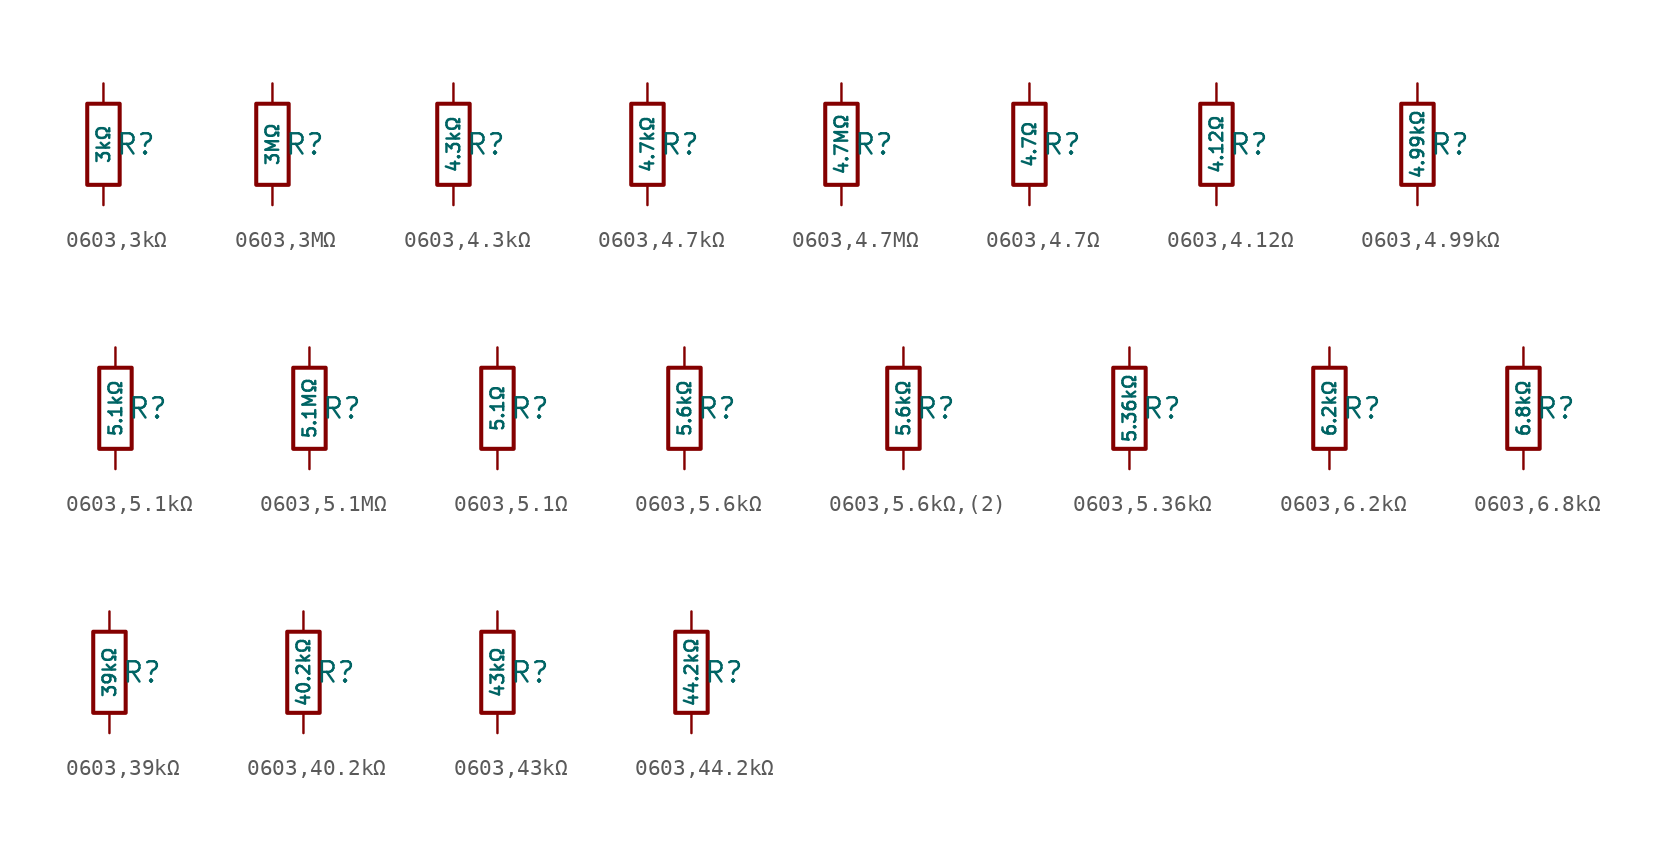
<source format=kicad_sym>
(kicad_symbol_lib
  (version 20231120)
  (generator "CDFER")
  (generator_version "8.0")
  (symbol "0603,3kΩ"
    (pin_numbers hide)
    (pin_names
      (offset 0))
    (property "Reference" "R"
      (at 2.032 0 0)
      (effects (font (size 1.27 1.27)) (hide no)))
    (property "Value" "3kΩ"
      (at 0 0 90)
      (do_not_autoplace)
      (effects (font (size 0.8 0.8)) (hide no)))
    (symbol "0603,3kΩ_0_1"
      (rectangle (start -1.016 2.54) (end 1.016 -2.54) (stroke (width 0.254) (type default)) (fill (type none))))
    (symbol "0603,3kΩ_1_1"
      (pin passive line (at 0 3.81 270) (length 1.27) (name "~" (effects (font (size 1.27 1.27)))) (number "1" (effects (font (size 1.27 1.27)))))
      (pin passive line (at 0 -3.81 90) (length 1.27) (name "~" (effects (font (size 1.27 1.27)))) (number "2" (effects (font (size 1.27 1.27)))))))
  (symbol "0603,3MΩ"
    (pin_numbers hide)
    (pin_names
      (offset 0))
    (property "Reference" "R"
      (at 2.032 0 0)
      (effects (font (size 1.27 1.27)) (hide no)))
    (property "Value" "3MΩ"
      (at 0 0 90)
      (do_not_autoplace)
      (effects (font (size 0.8 0.8)) (hide no)))
    (symbol "0603,3MΩ_0_1"
      (rectangle (start -1.016 2.54) (end 1.016 -2.54) (stroke (width 0.254) (type default)) (fill (type none))))
    (symbol "0603,3MΩ_1_1"
      (pin passive line (at 0 3.81 270) (length 1.27) (name "~" (effects (font (size 1.27 1.27)))) (number "1" (effects (font (size 1.27 1.27)))))
      (pin passive line (at 0 -3.81 90) (length 1.27) (name "~" (effects (font (size 1.27 1.27)))) (number "2" (effects (font (size 1.27 1.27)))))))
  (symbol "0603,4.3kΩ"
    (pin_numbers hide)
    (pin_names
      (offset 0))
    (property "Reference" "R"
      (at 2.032 0 0)
      (effects (font (size 1.27 1.27)) (hide no)))
    (property "Value" "4.3kΩ"
      (at 0 0 90)
      (do_not_autoplace)
      (effects (font (size 0.8 0.8)) (hide no)))
    (symbol "0603,4.3kΩ_0_1"
      (rectangle (start -1.016 2.54) (end 1.016 -2.54) (stroke (width 0.254) (type default)) (fill (type none))))
    (symbol "0603,4.3kΩ_1_1"
      (pin passive line (at 0 3.81 270) (length 1.27) (name "~" (effects (font (size 1.27 1.27)))) (number "1" (effects (font (size 1.27 1.27)))))
      (pin passive line (at 0 -3.81 90) (length 1.27) (name "~" (effects (font (size 1.27 1.27)))) (number "2" (effects (font (size 1.27 1.27)))))))
  (symbol "0603,4.7kΩ"
    (pin_numbers hide)
    (pin_names
      (offset 0))
    (property "Reference" "R"
      (at 2.032 0 0)
      (effects (font (size 1.27 1.27)) (hide no)))
    (property "Value" "4.7kΩ"
      (at 0 0 90)
      (do_not_autoplace)
      (effects (font (size 0.8 0.8)) (hide no)))
    (symbol "0603,4.7kΩ_0_1"
      (rectangle (start -1.016 2.54) (end 1.016 -2.54) (stroke (width 0.254) (type default)) (fill (type none))))
    (symbol "0603,4.7kΩ_1_1"
      (pin passive line (at 0 3.81 270) (length 1.27) (name "~" (effects (font (size 1.27 1.27)))) (number "1" (effects (font (size 1.27 1.27)))))
      (pin passive line (at 0 -3.81 90) (length 1.27) (name "~" (effects (font (size 1.27 1.27)))) (number "2" (effects (font (size 1.27 1.27)))))))
  (symbol "0603,4.7MΩ"
    (pin_numbers hide)
    (pin_names
      (offset 0))
    (property "Reference" "R"
      (at 2.032 0 0)
      (effects (font (size 1.27 1.27)) (hide no)))
    (property "Value" "4.7MΩ"
      (at 0 0 90)
      (do_not_autoplace)
      (effects (font (size 0.8 0.8)) (hide no)))
    (symbol "0603,4.7MΩ_0_1"
      (rectangle (start -1.016 2.54) (end 1.016 -2.54) (stroke (width 0.254) (type default)) (fill (type none))))
    (symbol "0603,4.7MΩ_1_1"
      (pin passive line (at 0 3.81 270) (length 1.27) (name "~" (effects (font (size 1.27 1.27)))) (number "1" (effects (font (size 1.27 1.27)))))
      (pin passive line (at 0 -3.81 90) (length 1.27) (name "~" (effects (font (size 1.27 1.27)))) (number "2" (effects (font (size 1.27 1.27)))))))
  (symbol "0603,4.7Ω"
    (pin_numbers hide)
    (pin_names
      (offset 0))
    (property "Reference" "R"
      (at 2.032 0 0)
      (effects (font (size 1.27 1.27)) (hide no)))
    (property "Value" "4.7Ω"
      (at 0 0 90)
      (do_not_autoplace)
      (effects (font (size 0.8 0.8)) (hide no)))
    (symbol "0603,4.7Ω_0_1"
      (rectangle (start -1.016 2.54) (end 1.016 -2.54) (stroke (width 0.254) (type default)) (fill (type none))))
    (symbol "0603,4.7Ω_1_1"
      (pin passive line (at 0 3.81 270) (length 1.27) (name "~" (effects (font (size 1.27 1.27)))) (number "1" (effects (font (size 1.27 1.27)))))
      (pin passive line (at 0 -3.81 90) (length 1.27) (name "~" (effects (font (size 1.27 1.27)))) (number "2" (effects (font (size 1.27 1.27)))))))
  (symbol "0603,4.12Ω"
    (pin_numbers hide)
    (pin_names
      (offset 0))
    (property "Reference" "R"
      (at 2.032 0 0)
      (effects (font (size 1.27 1.27)) (hide no)))
    (property "Value" "4.12Ω"
      (at 0 0 90)
      (do_not_autoplace)
      (effects (font (size 0.8 0.8)) (hide no)))
    (symbol "0603,4.12Ω_0_1"
      (rectangle (start -1.016 2.54) (end 1.016 -2.54) (stroke (width 0.254) (type default)) (fill (type none))))
    (symbol "0603,4.12Ω_1_1"
      (pin passive line (at 0 3.81 270) (length 1.27) (name "~" (effects (font (size 1.27 1.27)))) (number "1" (effects (font (size 1.27 1.27)))))
      (pin passive line (at 0 -3.81 90) (length 1.27) (name "~" (effects (font (size 1.27 1.27)))) (number "2" (effects (font (size 1.27 1.27)))))))
  (symbol "0603,4.99kΩ"
    (pin_numbers hide)
    (pin_names
      (offset 0))
    (property "Reference" "R"
      (at 2.032 0 0)
      (effects (font (size 1.27 1.27)) (hide no)))
    (property "Value" "4.99kΩ"
      (at 0 0 90)
      (do_not_autoplace)
      (effects (font (size 0.8 0.8)) (hide no)))
    (symbol "0603,4.99kΩ_0_1"
      (rectangle (start -1.016 2.54) (end 1.016 -2.54) (stroke (width 0.254) (type default)) (fill (type none))))
    (symbol "0603,4.99kΩ_1_1"
      (pin passive line (at 0 3.81 270) (length 1.27) (name "~" (effects (font (size 1.27 1.27)))) (number "1" (effects (font (size 1.27 1.27)))))
      (pin passive line (at 0 -3.81 90) (length 1.27) (name "~" (effects (font (size 1.27 1.27)))) (number "2" (effects (font (size 1.27 1.27)))))))
  (symbol "0603,5.1kΩ"
    (pin_numbers hide)
    (pin_names
      (offset 0))
    (property "Reference" "R"
      (at 2.032 0 0)
      (effects (font (size 1.27 1.27)) (hide no)))
    (property "Value" "5.1kΩ"
      (at 0 0 90)
      (do_not_autoplace)
      (effects (font (size 0.8 0.8)) (hide no)))
    (symbol "0603,5.1kΩ_0_1"
      (rectangle (start -1.016 2.54) (end 1.016 -2.54) (stroke (width 0.254) (type default)) (fill (type none))))
    (symbol "0603,5.1kΩ_1_1"
      (pin passive line (at 0 3.81 270) (length 1.27) (name "~" (effects (font (size 1.27 1.27)))) (number "1" (effects (font (size 1.27 1.27)))))
      (pin passive line (at 0 -3.81 90) (length 1.27) (name "~" (effects (font (size 1.27 1.27)))) (number "2" (effects (font (size 1.27 1.27)))))))
  (symbol "0603,5.1MΩ"
    (pin_numbers hide)
    (pin_names
      (offset 0))
    (property "Reference" "R"
      (at 2.032 0 0)
      (effects (font (size 1.27 1.27)) (hide no)))
    (property "Value" "5.1MΩ"
      (at 0 0 90)
      (do_not_autoplace)
      (effects (font (size 0.8 0.8)) (hide no)))
    (symbol "0603,5.1MΩ_0_1"
      (rectangle (start -1.016 2.54) (end 1.016 -2.54) (stroke (width 0.254) (type default)) (fill (type none))))
    (symbol "0603,5.1MΩ_1_1"
      (pin passive line (at 0 3.81 270) (length 1.27) (name "~" (effects (font (size 1.27 1.27)))) (number "1" (effects (font (size 1.27 1.27)))))
      (pin passive line (at 0 -3.81 90) (length 1.27) (name "~" (effects (font (size 1.27 1.27)))) (number "2" (effects (font (size 1.27 1.27)))))))
  (symbol "0603,5.1Ω"
    (pin_numbers hide)
    (pin_names
      (offset 0))
    (property "Reference" "R"
      (at 2.032 0 0)
      (effects (font (size 1.27 1.27)) (hide no)))
    (property "Value" "5.1Ω"
      (at 0 0 90)
      (do_not_autoplace)
      (effects (font (size 0.8 0.8)) (hide no)))
    (symbol "0603,5.1Ω_0_1"
      (rectangle (start -1.016 2.54) (end 1.016 -2.54) (stroke (width 0.254) (type default)) (fill (type none))))
    (symbol "0603,5.1Ω_1_1"
      (pin passive line (at 0 3.81 270) (length 1.27) (name "~" (effects (font (size 1.27 1.27)))) (number "1" (effects (font (size 1.27 1.27)))))
      (pin passive line (at 0 -3.81 90) (length 1.27) (name "~" (effects (font (size 1.27 1.27)))) (number "2" (effects (font (size 1.27 1.27)))))))
  (symbol "0603,5.6kΩ"
    (pin_numbers hide)
    (pin_names
      (offset 0))
    (property "Reference" "R"
      (at 2.032 0 0)
      (effects (font (size 1.27 1.27)) (hide no)))
    (property "Value" "5.6kΩ"
      (at 0 0 90)
      (do_not_autoplace)
      (effects (font (size 0.8 0.8)) (hide no)))
    (symbol "0603,5.6kΩ_0_1"
      (rectangle (start -1.016 2.54) (end 1.016 -2.54) (stroke (width 0.254) (type default)) (fill (type none))))
    (symbol "0603,5.6kΩ_1_1"
      (pin passive line (at 0 3.81 270) (length 1.27) (name "~" (effects (font (size 1.27 1.27)))) (number "1" (effects (font (size 1.27 1.27)))))
      (pin passive line (at 0 -3.81 90) (length 1.27) (name "~" (effects (font (size 1.27 1.27)))) (number "2" (effects (font (size 1.27 1.27)))))))
  (symbol "0603,5.6kΩ,(2)"
    (pin_numbers hide)
    (pin_names
      (offset 0))
    (property "Reference" "R"
      (at 2.032 0 0)
      (effects (font (size 1.27 1.27)) (hide no)))
    (property "Value" "5.6kΩ"
      (at 0 0 90)
      (do_not_autoplace)
      (effects (font (size 0.8 0.8)) (hide no)))
    (symbol "0603,5.6kΩ,(2)_0_1"
      (rectangle (start -1.016 2.54) (end 1.016 -2.54) (stroke (width 0.254) (type default)) (fill (type none))))
    (symbol "0603,5.6kΩ,(2)_1_1"
      (pin passive line (at 0 3.81 270) (length 1.27) (name "~" (effects (font (size 1.27 1.27)))) (number "1" (effects (font (size 1.27 1.27)))))
      (pin passive line (at 0 -3.81 90) (length 1.27) (name "~" (effects (font (size 1.27 1.27)))) (number "2" (effects (font (size 1.27 1.27)))))))
  (symbol "0603,5.36kΩ"
    (pin_numbers hide)
    (pin_names
      (offset 0))
    (property "Reference" "R"
      (at 2.032 0 0)
      (effects (font (size 1.27 1.27)) (hide no)))
    (property "Value" "5.36kΩ"
      (at 0 0 90)
      (do_not_autoplace)
      (effects (font (size 0.8 0.8)) (hide no)))
    (symbol "0603,5.36kΩ_0_1"
      (rectangle (start -1.016 2.54) (end 1.016 -2.54) (stroke (width 0.254) (type default)) (fill (type none))))
    (symbol "0603,5.36kΩ_1_1"
      (pin passive line (at 0 3.81 270) (length 1.27) (name "~" (effects (font (size 1.27 1.27)))) (number "1" (effects (font (size 1.27 1.27)))))
      (pin passive line (at 0 -3.81 90) (length 1.27) (name "~" (effects (font (size 1.27 1.27)))) (number "2" (effects (font (size 1.27 1.27)))))))
  (symbol "0603,6.2kΩ"
    (pin_numbers hide)
    (pin_names
      (offset 0))
    (property "Reference" "R"
      (at 2.032 0 0)
      (effects (font (size 1.27 1.27)) (hide no)))
    (property "Value" "6.2kΩ"
      (at 0 0 90)
      (do_not_autoplace)
      (effects (font (size 0.8 0.8)) (hide no)))
    (symbol "0603,6.2kΩ_0_1"
      (rectangle (start -1.016 2.54) (end 1.016 -2.54) (stroke (width 0.254) (type default)) (fill (type none))))
    (symbol "0603,6.2kΩ_1_1"
      (pin passive line (at 0 3.81 270) (length 1.27) (name "~" (effects (font (size 1.27 1.27)))) (number "1" (effects (font (size 1.27 1.27)))))
      (pin passive line (at 0 -3.81 90) (length 1.27) (name "~" (effects (font (size 1.27 1.27)))) (number "2" (effects (font (size 1.27 1.27)))))))
  (symbol "0603,6.8kΩ"
    (pin_numbers hide)
    (pin_names
      (offset 0))
    (property "Reference" "R"
      (at 2.032 0 0)
      (effects (font (size 1.27 1.27)) (hide no)))
    (property "Value" "6.8kΩ"
      (at 0 0 90)
      (do_not_autoplace)
      (effects (font (size 0.8 0.8)) (hide no)))
    (symbol "0603,6.8kΩ_0_1"
      (rectangle (start -1.016 2.54) (end 1.016 -2.54) (stroke (width 0.254) (type default)) (fill (type none))))
    (symbol "0603,6.8kΩ_1_1"
      (pin passive line (at 0 3.81 270) (length 1.27) (name "~" (effects (font (size 1.27 1.27)))) (number "1" (effects (font (size 1.27 1.27)))))
      (pin passive line (at 0 -3.81 90) (length 1.27) (name "~" (effects (font (size 1.27 1.27)))) (number "2" (effects (font (size 1.27 1.27)))))))
  (symbol "0603,39kΩ"
    (pin_numbers hide)
    (pin_names
      (offset 0))
    (property "Reference" "R"
      (at 2.032 0 0)
      (effects (font (size 1.27 1.27)) (hide no)))
    (property "Value" "39kΩ"
      (at 0 0 90)
      (do_not_autoplace)
      (effects (font (size 0.8 0.8)) (hide no)))
    (symbol "0603,39kΩ_0_1"
      (rectangle (start -1.016 2.54) (end 1.016 -2.54) (stroke (width 0.254) (type default)) (fill (type none))))
    (symbol "0603,39kΩ_1_1"
      (pin passive line (at 0 3.81 270) (length 1.27) (name "~" (effects (font (size 1.27 1.27)))) (number "1" (effects (font (size 1.27 1.27)))))
      (pin passive line (at 0 -3.81 90) (length 1.27) (name "~" (effects (font (size 1.27 1.27)))) (number "2" (effects (font (size 1.27 1.27)))))))
  (symbol "0603,40.2kΩ"
    (pin_numbers hide)
    (pin_names
      (offset 0))
    (property "Reference" "R"
      (at 2.032 0 0)
      (effects (font (size 1.27 1.27)) (hide no)))
    (property "Value" "40.2kΩ"
      (at 0 0 90)
      (do_not_autoplace)
      (effects (font (size 0.8 0.8)) (hide no)))
    (symbol "0603,40.2kΩ_0_1"
      (rectangle (start -1.016 2.54) (end 1.016 -2.54) (stroke (width 0.254) (type default)) (fill (type none))))
    (symbol "0603,40.2kΩ_1_1"
      (pin passive line (at 0 3.81 270) (length 1.27) (name "~" (effects (font (size 1.27 1.27)))) (number "1" (effects (font (size 1.27 1.27)))))
      (pin passive line (at 0 -3.81 90) (length 1.27) (name "~" (effects (font (size 1.27 1.27)))) (number "2" (effects (font (size 1.27 1.27)))))))
  (symbol "0603,43kΩ"
    (pin_numbers hide)
    (pin_names
      (offset 0))
    (property "Reference" "R"
      (at 2.032 0 0)
      (effects (font (size 1.27 1.27)) (hide no)))
    (property "Value" "43kΩ"
      (at 0 0 90)
      (do_not_autoplace)
      (effects (font (size 0.8 0.8)) (hide no)))
    (symbol "0603,43kΩ_0_1"
      (rectangle (start -1.016 2.54) (end 1.016 -2.54) (stroke (width 0.254) (type default)) (fill (type none))))
    (symbol "0603,43kΩ_1_1"
      (pin passive line (at 0 3.81 270) (length 1.27) (name "~" (effects (font (size 1.27 1.27)))) (number "1" (effects (font (size 1.27 1.27)))))
      (pin passive line (at 0 -3.81 90) (length 1.27) (name "~" (effects (font (size 1.27 1.27)))) (number "2" (effects (font (size 1.27 1.27)))))))
  (symbol "0603,44.2kΩ"
    (pin_numbers hide)
    (pin_names
      (offset 0))
    (property "Reference" "R"
      (at 2.032 0 0)
      (effects (font (size 1.27 1.27)) (hide no)))
    (property "Value" "44.2kΩ"
      (at 0 0 90)
      (do_not_autoplace)
      (effects (font (size 0.8 0.8)) (hide no)))
    (symbol "0603,44.2kΩ_0_1"
      (rectangle (start -1.016 2.54) (end 1.016 -2.54) (stroke (width 0.254) (type default)) (fill (type none))))
    (symbol "0603,44.2kΩ_1_1"
      (pin passive line (at 0 3.81 270) (length 1.27) (name "~" (effects (font (size 1.27 1.27)))) (number "1" (effects (font (size 1.27 1.27)))))
      (pin passive line (at 0 -3.81 90) (length 1.27) (name "~" (effects (font (size 1.27 1.27)))) (number "2" (effects (font (size 1.27 1.27))))))))
</source>
